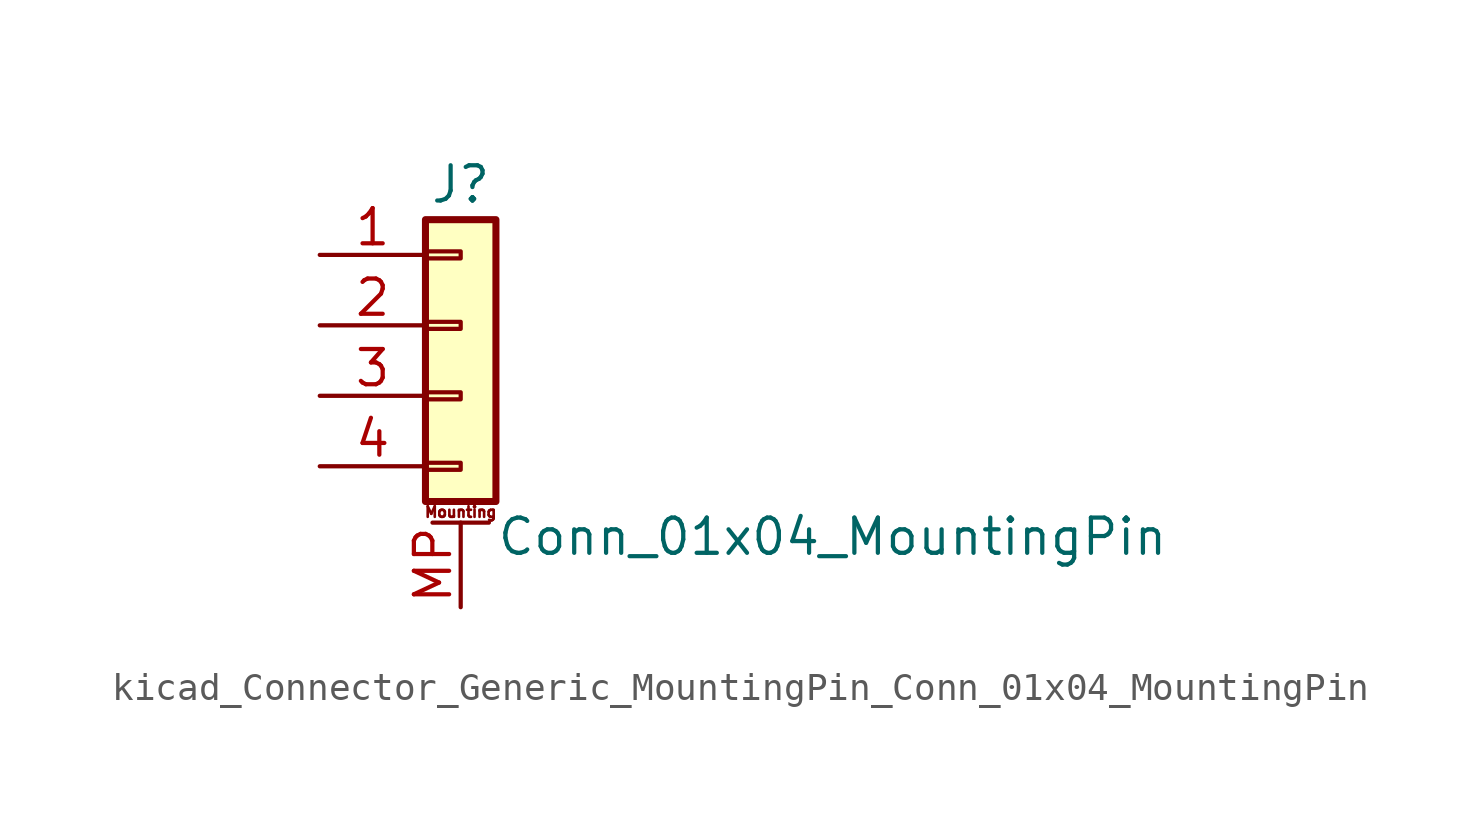
<source format=kicad_sym>
(kicad_symbol_lib
  (version 20220914)
  (generator kicad_symbol_editor)
  (symbol "kicad_Connector_Generic_MountingPin_Conn_01x04_MountingPin"
    (pin_names
      (offset 1.016) hide)
    (property "Reference" "J"
      (at 0 5.08 0)
      (effects (font (size 1.27 1.27))))
    (property "Value" "Conn_01x04_MountingPin"
      (at 1.27 -7.62 0)
      (effects (font (size 1.27 1.27)) (justify left)))
    (symbol "kicad_Connector_Generic_MountingPin_Conn_01x04_MountingPin_1_1"
      (rectangle (start -1.27 -4.953) (end 0 -5.207) (stroke (width 0.152) (type default)) (fill (type none)))
      (rectangle (start -1.27 -2.413) (end 0 -2.667) (stroke (width 0.152) (type default)) (fill (type none)))
      (rectangle (start -1.27 0.127) (end 0 -0.127) (stroke (width 0.152) (type default)) (fill (type none)))
      (rectangle (start -1.27 2.667) (end 0 2.413) (stroke (width 0.152) (type default)) (fill (type none)))
      (rectangle (start -1.27 3.81) (end 1.27 -6.35) (stroke (width 0.254) (type default)) (fill (type background)))
      (polyline (pts (xy -1.016 -7.112) (xy 1.016 -7.112)) (stroke (width 0.152) (type default)) (fill (type none)))
      (text "Mounting" (at 0 -6.731 0) (effects (font (size 0.381 0.381))))
      (pin passive line (at -5.08 2.54 0) (length 3.81) (name "Pin_1" (effects (font (size 1.27 1.27)))) (number "1" (effects (font (size 1.27 1.27)))))
      (pin passive line (at -5.08 0 0) (length 3.81) (name "Pin_2" (effects (font (size 1.27 1.27)))) (number "2" (effects (font (size 1.27 1.27)))))
      (pin passive line (at -5.08 -2.54 0) (length 3.81) (name "Pin_3" (effects (font (size 1.27 1.27)))) (number "3" (effects (font (size 1.27 1.27)))))
      (pin passive line (at -5.08 -5.08 0) (length 3.81) (name "Pin_4" (effects (font (size 1.27 1.27)))) (number "4" (effects (font (size 1.27 1.27)))))
      (pin passive line (at 0 -10.16 90) (length 3.048) (name "MountPin" (effects (font (size 1.27 1.27)))) (number "MP" (effects (font (size 1.27 1.27))))))))
</source>
